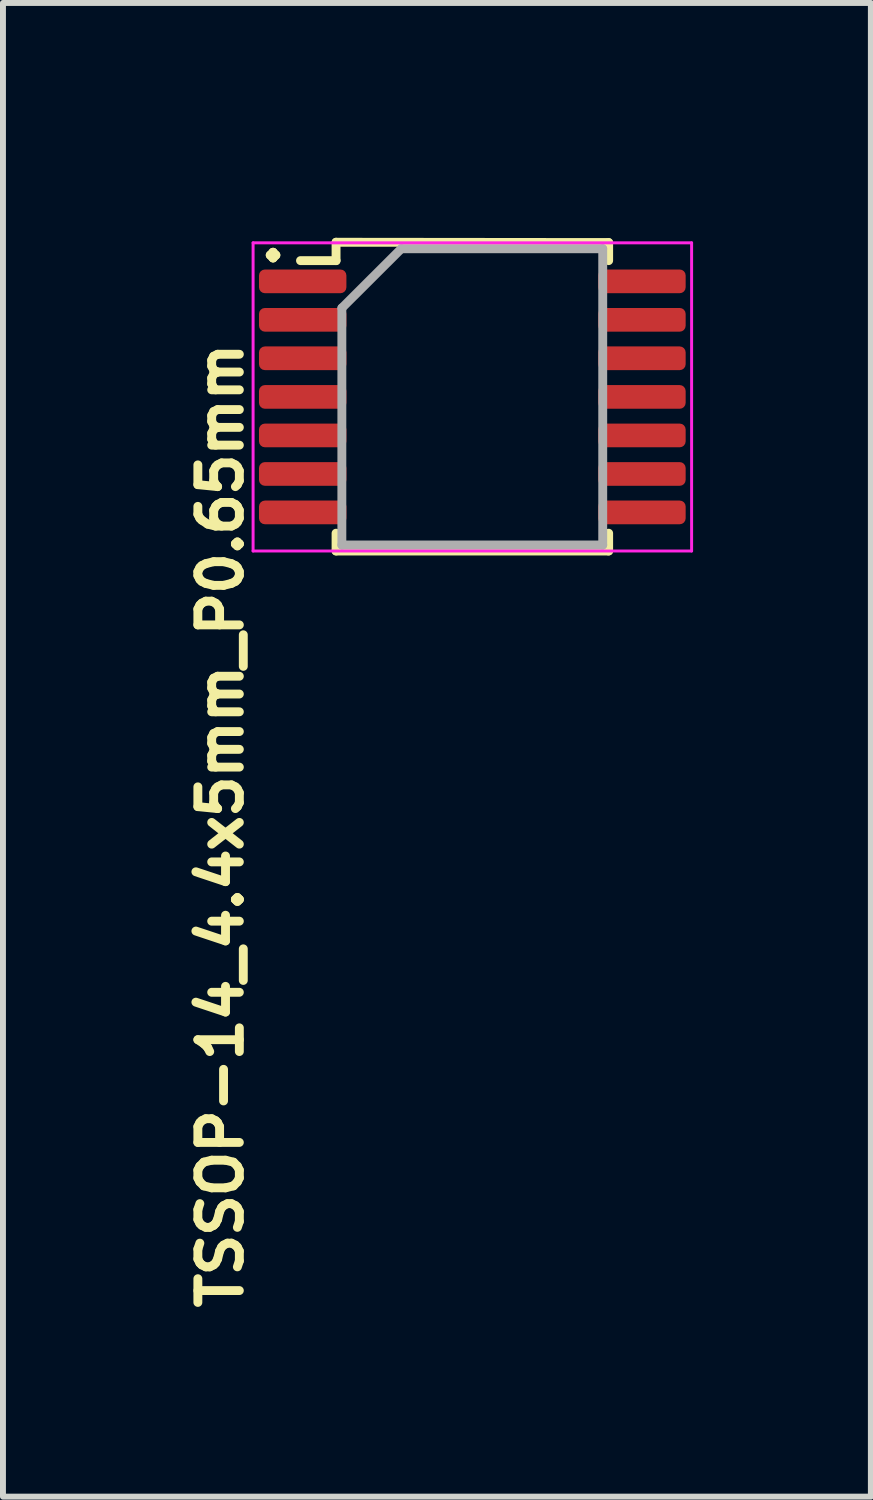
<source format=kicad_pcb>
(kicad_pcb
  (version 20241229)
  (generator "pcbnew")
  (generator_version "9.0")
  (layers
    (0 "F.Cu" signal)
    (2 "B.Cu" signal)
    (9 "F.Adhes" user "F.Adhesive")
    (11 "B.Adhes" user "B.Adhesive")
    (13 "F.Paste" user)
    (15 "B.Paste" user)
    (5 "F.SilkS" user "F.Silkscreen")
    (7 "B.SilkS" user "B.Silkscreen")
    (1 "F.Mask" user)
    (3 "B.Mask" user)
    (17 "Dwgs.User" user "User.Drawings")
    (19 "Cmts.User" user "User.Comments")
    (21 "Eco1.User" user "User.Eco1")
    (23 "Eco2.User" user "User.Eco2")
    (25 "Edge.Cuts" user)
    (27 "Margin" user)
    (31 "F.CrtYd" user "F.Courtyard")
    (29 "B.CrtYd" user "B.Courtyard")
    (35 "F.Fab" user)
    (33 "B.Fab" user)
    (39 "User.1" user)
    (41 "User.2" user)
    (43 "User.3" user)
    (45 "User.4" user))
  (footprint "TSSOP-14_4.4x5mm_P0.65mm"
    (layer "F.Cu")
    (at 4.921 3.648)
    (property "Reference" "TSSOP-14_4.4x5mm_P0.65mm" (at -4.248 -0.985 270) (layer "F.SilkS") (effects (font (size 0.7 0.7) (thickness 0.15)) (justify right)))
    (attr smd)
    (fp_line (start -2.9 -2.3) (end -2.3 -2.3) (stroke (width 0.15) (type solid)) (layer "F.SilkS"))
    (fp_line (start -2.3 -2.61) (end -2.3 -2.3) (stroke (width 0.15) (type solid)) (layer "F.SilkS"))
    (fp_line (start -2.3 -2.61) (end 2.3 -2.605) (stroke (width 0.15) (type solid)) (layer "F.SilkS"))
    (fp_line (start -2.3 2.6) (end -2.3 2.3) (stroke (width 0.15) (type solid)) (layer "F.SilkS"))
    (fp_line (start 2.3 -2.3) (end 2.3 -2.605) (stroke (width 0.15) (type solid)) (layer "F.SilkS"))
    (fp_line (start 2.3 2.3) (end 2.3 2.6) (stroke (width 0.15) (type solid)) (layer "F.SilkS"))
    (fp_line (start 2.3 2.6) (end -2.3 2.6) (stroke (width 0.15) (type solid)) (layer "F.SilkS"))
    (fp_line (start -3.7 -2.6) (end -3.7 2.6) (stroke (width 0.05) (type solid)) (layer "F.CrtYd"))
    (fp_line (start -3.7 2.6) (end 3.7 2.6) (stroke (width 0.05) (type solid)) (layer "F.CrtYd"))
    (fp_line (start 3.7 -2.6) (end -3.7 -2.6) (stroke (width 0.05) (type solid)) (layer "F.CrtYd"))
    (fp_line (start 3.7 2.6) (end 3.7 -2.6) (stroke (width 0.05) (type solid)) (layer "F.CrtYd"))
    (fp_line (start -2.202 -1.5) (end -1.2 -2.5) (stroke (width 0.15) (type solid)) (layer "F.Fab"))
    (fp_line (start -2.202 2.499) (end -2.202 -1.5) (stroke (width 0.15) (type solid)) (layer "F.Fab"))
    (fp_line (start -1.2 -2.5) (end 2.2 -2.5) (stroke (width 0.15) (type solid)) (layer "F.Fab"))
    (fp_line (start 2.2 -2.5) (end 2.2 2.499) (stroke (width 0.15) (type solid)) (layer "F.Fab"))
    (fp_line (start 2.2 2.499) (end -2.202 2.499) (stroke (width 0.15) (type solid)) (layer "F.Fab"))
    (fp_rect (start -2.202 -2.5) (end 2.2 2.499) (stroke (width 0.1) (type solid)) (fill no) (layer "User.5"))
    (fp_line (start -3.27 -2.115) (end -3.27 -1.79) (stroke (width 0.02) (type solid)) (layer "User.9"))
    (fp_line (start -3.27 -1.79) (end -2.21 -1.79) (stroke (width 0.02) (type solid)) (layer "User.9"))
    (fp_line (start -3.27 -1.465) (end -3.27 -1.14) (stroke (width 0.02) (type solid)) (layer "User.9"))
    (fp_line (start -3.27 -1.14) (end -2.21 -1.14) (stroke (width 0.02) (type solid)) (layer "User.9"))
    (fp_line (start -3.27 -0.815) (end -3.27 -0.49) (stroke (width 0.02) (type solid)) (layer "User.9"))
    (fp_line (start -3.27 -0.49) (end -2.21 -0.49) (stroke (width 0.02) (type solid)) (layer "User.9"))
    (fp_line (start -3.27 -0.165) (end -3.27 0.16) (stroke (width 0.02) (type solid)) (layer "User.9"))
    (fp_line (start -3.27 0.16) (end -2.21 0.16) (stroke (width 0.02) (type solid)) (layer "User.9"))
    (fp_line (start -3.27 0.485) (end -3.27 0.81) (stroke (width 0.02) (type solid)) (layer "User.9"))
    (fp_line (start -3.27 0.81) (end -2.21 0.81) (stroke (width 0.02) (type solid)) (layer "User.9"))
    (fp_line (start -3.27 1.135) (end -3.27 1.46) (stroke (width 0.02) (type solid)) (layer "User.9"))
    (fp_line (start -3.27 1.46) (end -2.21 1.46) (stroke (width 0.02) (type solid)) (layer "User.9"))
    (fp_line (start -3.27 1.785) (end -3.27 2.11) (stroke (width 0.02) (type solid)) (layer "User.9"))
    (fp_line (start -3.27 2.11) (end -2.21 2.11) (stroke (width 0.02) (type solid)) (layer "User.9"))
    (fp_line (start -2.21 -2.12) (end -3.27 -2.12) (stroke (width 0.02) (type solid)) (layer "User.9"))
    (fp_line (start -2.21 -1.47) (end -3.27 -1.47) (stroke (width 0.02) (type solid)) (layer "User.9"))
    (fp_line (start -2.21 -0.82) (end -3.27 -0.82) (stroke (width 0.02) (type solid)) (layer "User.9"))
    (fp_line (start -2.21 -0.17) (end -3.27 -0.17) (stroke (width 0.02) (type solid)) (layer "User.9"))
    (fp_line (start -2.21 0.48) (end -3.27 0.48) (stroke (width 0.02) (type solid)) (layer "User.9"))
    (fp_line (start -2.21 1.13) (end -3.27 1.13) (stroke (width 0.02) (type solid)) (layer "User.9"))
    (fp_line (start -2.21 1.78) (end -3.27 1.78) (stroke (width 0.02) (type solid)) (layer "User.9"))
    (fp_line (start -2.202 -2.5) (end 2.2 -2.5) (stroke (width 0.02) (type solid)) (layer "User.9"))
    (fp_line (start -2.202 2.499) (end -2.202 -2.5) (stroke (width 0.02) (type solid)) (layer "User.9"))
    (fp_line (start -2.202 2.499) (end 2.2 2.499) (stroke (width 0.02) (type solid)) (layer "User.9"))
    (fp_line (start -1.901 -1.988) (end -1.901 -1.976) (stroke (width 0.02) (type solid)) (layer "User.9"))
    (fp_line (start -1.901 -1.976) (end -1.901 -1.976) (stroke (width 0.02) (type solid)) (layer "User.9"))
    (fp_line (start -1.901 -1.976) (end -1.901 -1.964) (stroke (width 0.02) (type solid)) (layer "User.9"))
    (fp_line (start -1.901 -1.964) (end -1.899 -1.952) (stroke (width 0.02) (type solid)) (layer "User.9"))
    (fp_line (start -1.899 -2.011) (end -1.899 -2) (stroke (width 0.02) (type solid)) (layer "User.9"))
    (fp_line (start -1.899 -2) (end -1.901 -1.988) (stroke (width 0.02) (type solid)) (layer "User.9"))
    (fp_line (start -1.899 -1.952) (end -1.899 -1.942) (stroke (width 0.02) (type solid)) (layer "User.9"))
    (fp_line (start -1.899 -1.942) (end -1.897 -1.93) (stroke (width 0.02) (type solid)) (layer "User.9"))
    (fp_line (start -1.897 -2.021) (end -1.899 -2.011) (stroke (width 0.02) (type solid)) (layer "User.9"))
    (fp_line (start -1.897 -1.93) (end -1.893 -1.919) (stroke (width 0.02) (type solid)) (layer "User.9"))
    (fp_line (start -1.893 -2.032) (end -1.897 -2.021) (stroke (width 0.02) (type solid)) (layer "User.9"))
    (fp_line (start -1.893 -1.919) (end -1.891 -1.909) (stroke (width 0.02) (type solid)) (layer "User.9"))
    (fp_line (start -1.891 -2.043) (end -1.893 -2.032) (stroke (width 0.02) (type solid)) (layer "User.9"))
    (fp_line (start -1.891 -1.909) (end -1.887 -1.899) (stroke (width 0.02) (type solid)) (layer "User.9"))
    (fp_line (start -1.887 -2.053) (end -1.891 -2.043) (stroke (width 0.02) (type solid)) (layer "User.9"))
    (fp_line (start -1.887 -1.899) (end -1.883 -1.889) (stroke (width 0.02) (type solid)) (layer "User.9"))
    (fp_line (start -1.883 -2.064) (end -1.887 -2.053) (stroke (width 0.02) (type solid)) (layer "User.9"))
    (fp_line (start -1.883 -1.889) (end -1.879 -1.879) (stroke (width 0.02) (type solid)) (layer "User.9"))
    (fp_line (start -1.879 -2.073) (end -1.883 -2.064) (stroke (width 0.02) (type solid)) (layer "User.9"))
    (fp_line (start -1.879 -1.879) (end -1.873 -1.869) (stroke (width 0.02) (type solid)) (layer "User.9"))
    (fp_line (start -1.873 -2.084) (end -1.879 -2.073) (stroke (width 0.02) (type solid)) (layer "User.9"))
    (fp_line (start -1.873 -1.869) (end -1.869 -1.859) (stroke (width 0.02) (type solid)) (layer "User.9"))
    (fp_line (start -1.869 -2.093) (end -1.873 -2.084) (stroke (width 0.02) (type solid)) (layer "User.9"))
    (fp_line (start -1.869 -1.859) (end -1.863 -1.851) (stroke (width 0.02) (type solid)) (layer "User.9"))
    (fp_line (start -1.863 -2.101) (end -1.869 -2.093) (stroke (width 0.02) (type solid)) (layer "User.9"))
    (fp_line (start -1.863 -1.851) (end -1.857 -1.841) (stroke (width 0.02) (type solid)) (layer "User.9"))
    (fp_line (start -1.857 -2.11) (end -1.863 -2.101) (stroke (width 0.02) (type solid)) (layer "User.9"))
    (fp_line (start -1.857 -1.841) (end -1.849 -1.833) (stroke (width 0.02) (type solid)) (layer "User.9"))
    (fp_line (start -1.849 -2.12) (end -1.857 -2.11) (stroke (width 0.02) (type solid)) (layer "User.9"))
    (fp_line (start -1.849 -1.833) (end -1.843 -1.825) (stroke (width 0.02) (type solid)) (layer "User.9"))
    (fp_line (start -1.843 -2.128) (end -1.849 -2.12) (stroke (width 0.02) (type solid)) (layer "User.9"))
    (fp_line (start -1.843 -1.825) (end -1.835 -1.817) (stroke (width 0.02) (type solid)) (layer "User.9"))
    (fp_line (start -1.835 -2.136) (end -1.843 -2.128) (stroke (width 0.02) (type solid)) (layer "User.9"))
    (fp_line (start -1.835 -1.817) (end -1.827 -1.809) (stroke (width 0.02) (type solid)) (layer "User.9"))
    (fp_line (start -1.827 -2.142) (end -1.835 -2.136) (stroke (width 0.02) (type solid)) (layer "User.9"))
    (fp_line (start -1.827 -1.809) (end -1.819 -1.803) (stroke (width 0.02) (type solid)) (layer "User.9"))
    (fp_line (start -1.819 -2.149) (end -1.827 -2.142) (stroke (width 0.02) (type solid)) (layer "User.9"))
    (fp_line (start -1.819 -1.803) (end -1.811 -1.795) (stroke (width 0.02) (type solid)) (layer "User.9"))
    (fp_line (start -1.811 -2.157) (end -1.819 -2.149) (stroke (width 0.02) (type solid)) (layer "User.9"))
    (fp_line (start -1.811 -1.795) (end -1.801 -1.79) (stroke (width 0.02) (type solid)) (layer "User.9"))
    (fp_line (start -1.801 -2.162) (end -1.811 -2.157) (stroke (width 0.02) (type solid)) (layer "User.9"))
    (fp_line (start -1.801 -1.79) (end -1.792 -1.784) (stroke (width 0.02) (type solid)) (layer "User.9"))
    (fp_line (start -1.792 -2.169) (end -1.801 -2.162) (stroke (width 0.02) (type solid)) (layer "User.9"))
    (fp_line (start -1.792 -1.784) (end -1.784 -1.778) (stroke (width 0.02) (type solid)) (layer "User.9"))
    (fp_line (start -1.784 -2.173) (end -1.792 -2.169) (stroke (width 0.02) (type solid)) (layer "User.9"))
    (fp_line (start -1.784 -1.778) (end -1.774 -1.774) (stroke (width 0.02) (type solid)) (layer "User.9"))
    (fp_line (start -1.774 -2.178) (end -1.784 -2.173) (stroke (width 0.02) (type solid)) (layer "User.9"))
    (fp_line (start -1.774 -1.774) (end -1.764 -1.768) (stroke (width 0.02) (type solid)) (layer "User.9"))
    (fp_line (start -1.764 -2.183) (end -1.774 -2.178) (stroke (width 0.02) (type solid)) (layer "User.9"))
    (fp_line (start -1.764 -1.768) (end -1.754 -1.764) (stroke (width 0.02) (type solid)) (layer "User.9"))
    (fp_line (start -1.754 -2.187) (end -1.764 -2.183) (stroke (width 0.02) (type solid)) (layer "User.9"))
    (fp_line (start -1.754 -1.764) (end -1.742 -1.762) (stroke (width 0.02) (type solid)) (layer "User.9"))
    (fp_line (start -1.742 -2.19) (end -1.754 -2.187) (stroke (width 0.02) (type solid)) (layer "User.9"))
    (fp_line (start -1.742 -1.762) (end -1.732 -1.758) (stroke (width 0.02) (type solid)) (layer "User.9"))
    (fp_line (start -1.732 -2.194) (end -1.742 -2.19) (stroke (width 0.02) (type solid)) (layer "User.9"))
    (fp_line (start -1.732 -1.758) (end -1.722 -1.756) (stroke (width 0.02) (type solid)) (layer "User.9"))
    (fp_line (start -1.722 -2.197) (end -1.732 -2.194) (stroke (width 0.02) (type solid)) (layer "User.9"))
    (fp_line (start -1.722 -1.756) (end -1.71 -1.754) (stroke (width 0.02) (type solid)) (layer "User.9"))
    (fp_line (start -1.71 -2.198) (end -1.722 -2.197) (stroke (width 0.02) (type solid)) (layer "User.9"))
    (fp_line (start -1.71 -1.754) (end -1.7 -1.752) (stroke (width 0.02) (type solid)) (layer "User.9"))
    (fp_line (start -1.7 -2.199) (end -1.71 -2.198) (stroke (width 0.02) (type solid)) (layer "User.9"))
    (fp_line (start -1.7 -1.752) (end -1.688 -1.752) (stroke (width 0.02) (type solid)) (layer "User.9"))
    (fp_line (start -1.688 -2.201) (end -1.7 -2.199) (stroke (width 0.02) (type solid)) (layer "User.9"))
    (fp_line (start -1.688 -1.752) (end -1.676 -1.75) (stroke (width 0.02) (type solid)) (layer "User.9"))
    (fp_line (start -1.676 -2.202) (end -1.688 -2.201) (stroke (width 0.02) (type solid)) (layer "User.9"))
    (fp_line (start -1.676 -2.202) (end -1.676 -2.202) (stroke (width 0.02) (type solid)) (layer "User.9"))
    (fp_line (start -1.676 -1.75) (end -1.676 -1.75) (stroke (width 0.02) (type solid)) (layer "User.9"))
    (fp_line (start -1.676 -1.75) (end -1.665 -1.752) (stroke (width 0.02) (type solid)) (layer "User.9"))
    (fp_line (start -1.665 -2.201) (end -1.676 -2.202) (stroke (width 0.02) (type solid)) (layer "User.9"))
    (fp_line (start -1.665 -1.752) (end -1.653 -1.752) (stroke (width 0.02) (type solid)) (layer "User.9"))
    (fp_line (start -1.653 -2.199) (end -1.665 -2.201) (stroke (width 0.02) (type solid)) (layer "User.9"))
    (fp_line (start -1.653 -1.752) (end -1.641 -1.754) (stroke (width 0.02) (type solid)) (layer "User.9"))
    (fp_line (start -1.641 -2.198) (end -1.653 -2.199) (stroke (width 0.02) (type solid)) (layer "User.9"))
    (fp_line (start -1.641 -1.754) (end -1.631 -1.756) (stroke (width 0.02) (type solid)) (layer "User.9"))
    (fp_line (start -1.631 -2.197) (end -1.641 -2.198) (stroke (width 0.02) (type solid)) (layer "User.9"))
    (fp_line (start -1.631 -1.756) (end -1.619 -1.758) (stroke (width 0.02) (type solid)) (layer "User.9"))
    (fp_line (start -1.619 -2.194) (end -1.631 -2.197) (stroke (width 0.02) (type solid)) (layer "User.9"))
    (fp_line (start -1.619 -1.758) (end -1.609 -1.762) (stroke (width 0.02) (type solid)) (layer "User.9"))
    (fp_line (start -1.609 -2.19) (end -1.619 -2.194) (stroke (width 0.02) (type solid)) (layer "User.9"))
    (fp_line (start -1.609 -1.762) (end -1.599 -1.764) (stroke (width 0.02) (type solid)) (layer "User.9"))
    (fp_line (start -1.599 -2.187) (end -1.609 -2.19) (stroke (width 0.02) (type solid)) (layer "User.9"))
    (fp_line (start -1.599 -1.764) (end -1.589 -1.768) (stroke (width 0.02) (type solid)) (layer "User.9"))
    (fp_line (start -1.589 -2.183) (end -1.599 -2.187) (stroke (width 0.02) (type solid)) (layer "User.9"))
    (fp_line (start -1.589 -1.768) (end -1.579 -1.774) (stroke (width 0.02) (type solid)) (layer "User.9"))
    (fp_line (start -1.579 -2.178) (end -1.589 -2.183) (stroke (width 0.02) (type solid)) (layer "User.9"))
    (fp_line (start -1.579 -1.774) (end -1.569 -1.778) (stroke (width 0.02) (type solid)) (layer "User.9"))
    (fp_line (start -1.569 -2.173) (end -1.579 -2.178) (stroke (width 0.02) (type solid)) (layer "User.9"))
    (fp_line (start -1.569 -1.778) (end -1.559 -1.784) (stroke (width 0.02) (type solid)) (layer "User.9"))
    (fp_line (start -1.559 -2.169) (end -1.569 -2.173) (stroke (width 0.02) (type solid)) (layer "User.9"))
    (fp_line (start -1.559 -1.784) (end -1.551 -1.79) (stroke (width 0.02) (type solid)) (layer "User.9"))
    (fp_line (start -1.551 -2.162) (end -1.559 -2.169) (stroke (width 0.02) (type solid)) (layer "User.9"))
    (fp_line (start -1.551 -1.79) (end -1.541 -1.795) (stroke (width 0.02) (type solid)) (layer "User.9"))
    (fp_line (start -1.541 -2.157) (end -1.551 -2.162) (stroke (width 0.02) (type solid)) (layer "User.9"))
    (fp_line (start -1.541 -1.795) (end -1.532 -1.803) (stroke (width 0.02) (type solid)) (layer "User.9"))
    (fp_line (start -1.532 -2.149) (end -1.541 -2.157) (stroke (width 0.02) (type solid)) (layer "User.9"))
    (fp_line (start -1.532 -1.803) (end -1.524 -1.809) (stroke (width 0.02) (type solid)) (layer "User.9"))
    (fp_line (start -1.524 -2.142) (end -1.532 -2.149) (stroke (width 0.02) (type solid)) (layer "User.9"))
    (fp_line (start -1.524 -1.809) (end -1.516 -1.817) (stroke (width 0.02) (type solid)) (layer "User.9"))
    (fp_line (start -1.516 -2.136) (end -1.524 -2.142) (stroke (width 0.02) (type solid)) (layer "User.9"))
    (fp_line (start -1.516 -1.817) (end -1.51 -1.825) (stroke (width 0.02) (type solid)) (layer "User.9"))
    (fp_line (start -1.51 -2.128) (end -1.516 -2.136) (stroke (width 0.02) (type solid)) (layer "User.9"))
    (fp_line (start -1.51 -1.825) (end -1.502 -1.833) (stroke (width 0.02) (type solid)) (layer "User.9"))
    (fp_line (start -1.502 -2.12) (end -1.51 -2.128) (stroke (width 0.02) (type solid)) (layer "User.9"))
    (fp_line (start -1.502 -1.833) (end -1.496 -1.841) (stroke (width 0.02) (type solid)) (layer "User.9"))
    (fp_line (start -1.496 -2.11) (end -1.502 -2.12) (stroke (width 0.02) (type solid)) (layer "User.9"))
    (fp_line (start -1.496 -1.841) (end -1.49 -1.851) (stroke (width 0.02) (type solid)) (layer "User.9"))
    (fp_line (start -1.49 -2.101) (end -1.496 -2.11) (stroke (width 0.02) (type solid)) (layer "User.9"))
    (fp_line (start -1.49 -1.851) (end -1.484 -1.859) (stroke (width 0.02) (type solid)) (layer "User.9"))
    (fp_line (start -1.484 -2.093) (end -1.49 -2.101) (stroke (width 0.02) (type solid)) (layer "User.9"))
    (fp_line (start -1.484 -1.859) (end -1.478 -1.869) (stroke (width 0.02) (type solid)) (layer "User.9"))
    (fp_line (start -1.478 -2.084) (end -1.484 -2.093) (stroke (width 0.02) (type solid)) (layer "User.9"))
    (fp_line (start -1.478 -1.869) (end -1.474 -1.879) (stroke (width 0.02) (type solid)) (layer "User.9"))
    (fp_line (start -1.474 -2.073) (end -1.478 -2.084) (stroke (width 0.02) (type solid)) (layer "User.9"))
    (fp_line (start -1.474 -1.879) (end -1.468 -1.889) (stroke (width 0.02) (type solid)) (layer "User.9"))
    (fp_line (start -1.468 -2.064) (end -1.474 -2.073) (stroke (width 0.02) (type solid)) (layer "User.9"))
    (fp_line (start -1.468 -1.889) (end -1.464 -1.899) (stroke (width 0.02) (type solid)) (layer "User.9"))
    (fp_line (start -1.464 -2.053) (end -1.468 -2.064) (stroke (width 0.02) (type solid)) (layer "User.9"))
    (fp_line (start -1.464 -1.899) (end -1.462 -1.909) (stroke (width 0.02) (type solid)) (layer "User.9"))
    (fp_line (start -1.462 -2.043) (end -1.464 -2.053) (stroke (width 0.02) (type solid)) (layer "User.9"))
    (fp_line (start -1.462 -1.909) (end -1.458 -1.919) (stroke (width 0.02) (type solid)) (layer "User.9"))
    (fp_line (start -1.458 -2.032) (end -1.462 -2.043) (stroke (width 0.02) (type solid)) (layer "User.9"))
    (fp_line (start -1.458 -1.919) (end -1.456 -1.93) (stroke (width 0.02) (type solid)) (layer "User.9"))
    (fp_line (start -1.456 -2.021) (end -1.458 -2.032) (stroke (width 0.02) (type solid)) (layer "User.9"))
    (fp_line (start -1.456 -1.93) (end -1.454 -1.942) (stroke (width 0.02) (type solid)) (layer "User.9"))
    (fp_line (start -1.454 -2.011) (end -1.456 -2.021) (stroke (width 0.02) (type solid)) (layer "User.9"))
    (fp_line (start -1.454 -1.942) (end -1.452 -1.952) (stroke (width 0.02) (type solid)) (layer "User.9"))
    (fp_line (start -1.452 -2) (end -1.454 -2.011) (stroke (width 0.02) (type solid)) (layer "User.9"))
    (fp_line (start -1.452 -1.988) (end -1.452 -2) (stroke (width 0.02) (type solid)) (layer "User.9"))
    (fp_line (start -1.452 -1.964) (end -1.45 -1.976) (stroke (width 0.02) (type solid)) (layer "User.9"))
    (fp_line (start -1.452 -1.952) (end -1.452 -1.964) (stroke (width 0.02) (type solid)) (layer "User.9"))
    (fp_line (start -1.45 -1.976) (end -1.452 -1.988) (stroke (width 0.02) (type solid)) (layer "User.9"))
    (fp_line (start -1.45 -1.976) (end -1.45 -1.976) (stroke (width 0.02) (type solid)) (layer "User.9"))
    (fp_line (start -1.45 -1.976) (end -1.45 -1.976) (stroke (width 0.02) (type solid)) (layer "User.9"))
    (fp_line (start 2.2 -2.12) (end 3.26 -2.12) (stroke (width 0.02) (type solid)) (layer "User.9"))
    (fp_line (start 2.2 -1.47) (end 3.26 -1.47) (stroke (width 0.02) (type solid)) (layer "User.9"))
    (fp_line (start 2.2 -0.82) (end 3.26 -0.82) (stroke (width 0.02) (type solid)) (layer "User.9"))
    (fp_line (start 2.2 -0.17) (end 3.26 -0.17) (stroke (width 0.02) (type solid)) (layer "User.9"))
    (fp_line (start 2.2 0.48) (end 3.26 0.48) (stroke (width 0.02) (type solid)) (layer "User.9"))
    (fp_line (start 2.2 1.13) (end 3.26 1.13) (stroke (width 0.02) (type solid)) (layer "User.9"))
    (fp_line (start 2.2 1.78) (end 3.26 1.78) (stroke (width 0.02) (type solid)) (layer "User.9"))
    (fp_line (start 2.2 2.499) (end 2.2 -2.5) (stroke (width 0.02) (type solid)) (layer "User.9"))
    (fp_line (start 3.26 -2.115) (end 3.26 -1.79) (stroke (width 0.02) (type solid)) (layer "User.9"))
    (fp_line (start 3.26 -1.79) (end 2.2 -1.79) (stroke (width 0.02) (type solid)) (layer "User.9"))
    (fp_line (start 3.26 -1.465) (end 3.26 -1.14) (stroke (width 0.02) (type solid)) (layer "User.9"))
    (fp_line (start 3.26 -1.14) (end 2.2 -1.14) (stroke (width 0.02) (type solid)) (layer "User.9"))
    (fp_line (start 3.26 -0.815) (end 3.26 -0.49) (stroke (width 0.02) (type solid)) (layer "User.9"))
    (fp_line (start 3.26 -0.49) (end 2.2 -0.49) (stroke (width 0.02) (type solid)) (layer "User.9"))
    (fp_line (start 3.26 -0.165) (end 3.26 0.16) (stroke (width 0.02) (type solid)) (layer "User.9"))
    (fp_line (start 3.26 0.16) (end 2.2 0.16) (stroke (width 0.02) (type solid)) (layer "User.9"))
    (fp_line (start 3.26 0.485) (end 3.26 0.81) (stroke (width 0.02) (type solid)) (layer "User.9"))
    (fp_line (start 3.26 0.81) (end 2.2 0.81) (stroke (width 0.02) (type solid)) (layer "User.9"))
    (fp_line (start 3.26 1.135) (end 3.26 1.46) (stroke (width 0.02) (type solid)) (layer "User.9"))
    (fp_line (start 3.26 1.46) (end 2.2 1.46) (stroke (width 0.02) (type solid)) (layer "User.9"))
    (fp_line (start 3.26 1.785) (end 3.26 2.11) (stroke (width 0.02) (type solid)) (layer "User.9"))
    (fp_line (start 3.26 2.11) (end 2.2 2.11) (stroke (width 0.02) (type solid)) (layer "User.9"))
    (fp_text user "." (at -3.7 -2.8 0) (layer "F.SilkS") (effects (font (size 1 1) (thickness 0.15)) (justify left)))
    (pad "1" smd roundrect (at -2.863 -1.95) (size 1.475 0.4) (layers "F.Cu" "F.Mask" "F.Paste") (roundrect_rratio 0.25))
    (pad "2" smd roundrect (at -2.863 -1.301) (size 1.475 0.4) (layers "F.Cu" "F.Mask" "F.Paste") (roundrect_rratio 0.25))
    (pad "3" smd roundrect (at -2.863 -0.652) (size 1.475 0.4) (layers "F.Cu" "F.Mask" "F.Paste") (roundrect_rratio 0.25))
    (pad "4" smd roundrect (at -2.863 0) (size 1.475 0.4) (layers "F.Cu" "F.Mask" "F.Paste") (roundrect_rratio 0.25))
    (pad "5" smd roundrect (at -2.863 0.65) (size 1.475 0.4) (layers "F.Cu" "F.Mask" "F.Paste") (roundrect_rratio 0.25))
    (pad "6" smd roundrect (at -2.863 1.3) (size 1.475 0.4) (layers "F.Cu" "F.Mask" "F.Paste") (roundrect_rratio 0.25))
    (pad "7" smd roundrect (at -2.863 1.949) (size 1.475 0.4) (layers "F.Cu" "F.Mask" "F.Paste") (roundrect_rratio 0.25))
    (pad "8" smd roundrect (at 2.862 1.949) (size 1.475 0.4) (layers "F.Cu" "F.Mask" "F.Paste") (roundrect_rratio 0.25))
    (pad "9" smd roundrect (at 2.862 1.3) (size 1.475 0.4) (layers "F.Cu" "F.Mask" "F.Paste") (roundrect_rratio 0.25))
    (pad "10" smd roundrect (at 2.862 0.65) (size 1.475 0.4) (layers "F.Cu" "F.Mask" "F.Paste") (roundrect_rratio 0.25))
    (pad "11" smd roundrect (at 2.862 0) (size 1.475 0.4) (layers "F.Cu" "F.Mask" "F.Paste") (roundrect_rratio 0.25))
    (pad "12" smd roundrect (at 2.862 -0.652) (size 1.475 0.4) (layers "F.Cu" "F.Mask" "F.Paste") (roundrect_rratio 0.25))
    (pad "13" smd roundrect (at 2.862 -1.301) (size 1.475 0.4) (layers "F.Cu" "F.Mask" "F.Paste") (roundrect_rratio 0.25))
    (pad "14" smd roundrect (at 2.862 -1.95) (size 1.475 0.4) (layers "F.Cu" "F.Mask" "F.Paste") (roundrect_rratio 0.25)))
  (gr_rect
    (start -3 -3)
    (end 11.646 22.206)
    (stroke (width 0.1) (type default))
    (fill no)
    (layer "Edge.Cuts")))
</source>
